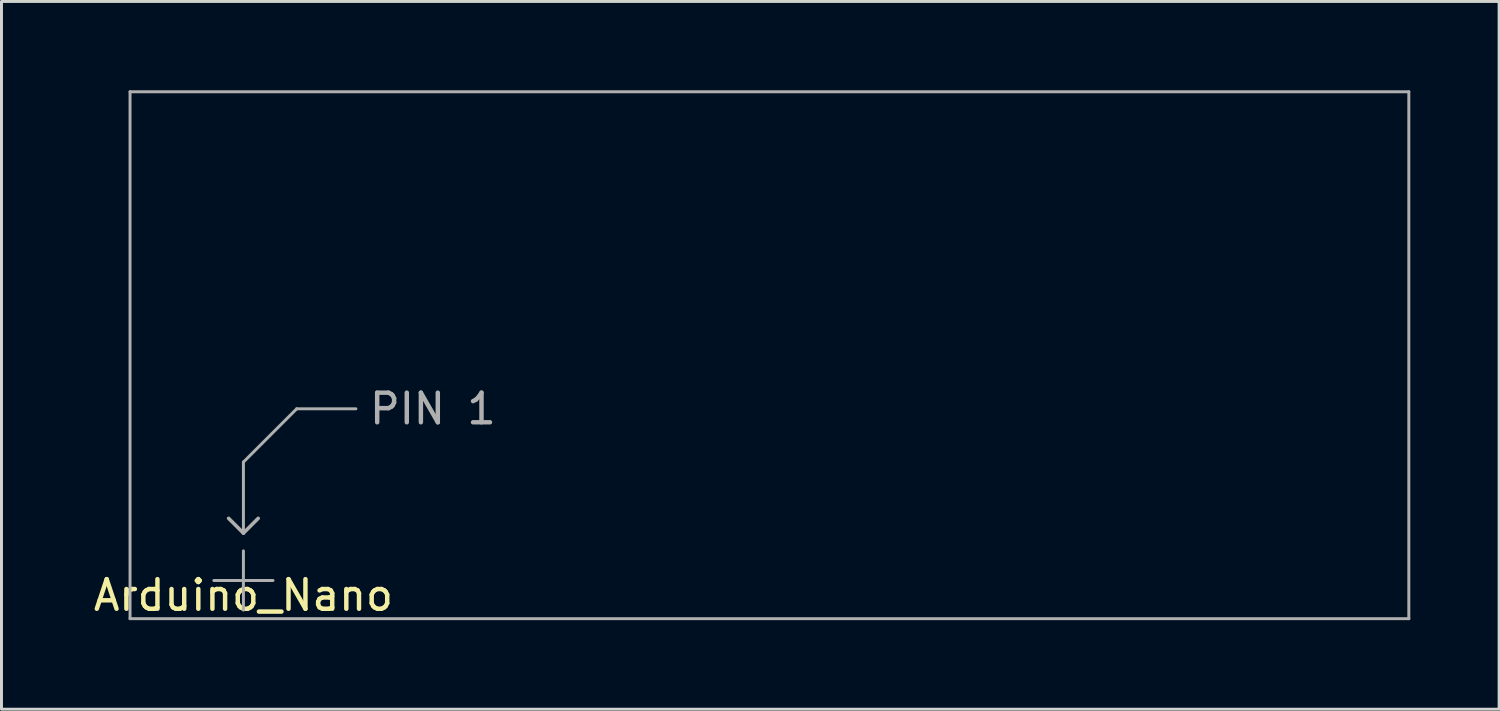
<source format=kicad_pcb>
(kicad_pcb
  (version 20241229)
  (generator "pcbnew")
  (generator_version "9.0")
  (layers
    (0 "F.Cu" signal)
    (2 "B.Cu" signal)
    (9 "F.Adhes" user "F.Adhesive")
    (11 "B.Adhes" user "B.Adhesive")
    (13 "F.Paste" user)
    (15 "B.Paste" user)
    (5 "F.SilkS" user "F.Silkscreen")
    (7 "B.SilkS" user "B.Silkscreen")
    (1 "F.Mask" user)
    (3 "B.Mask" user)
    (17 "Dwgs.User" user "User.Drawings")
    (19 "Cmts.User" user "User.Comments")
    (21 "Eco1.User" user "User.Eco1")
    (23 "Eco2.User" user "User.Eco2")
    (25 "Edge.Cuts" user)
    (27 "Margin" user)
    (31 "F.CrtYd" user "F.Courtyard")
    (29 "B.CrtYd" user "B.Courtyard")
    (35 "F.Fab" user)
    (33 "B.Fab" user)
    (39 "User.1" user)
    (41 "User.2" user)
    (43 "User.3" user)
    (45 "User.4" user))
  (footprint "Arduino_Nano"
    (layer "F.Cu")
    (at 5.173 16.56)
    (property "Reference" "Arduino_Nano" (at 0 0.5 0) (layer "F.SilkS") (effects (font (size 1 1) (thickness 0.15))))
    (attr through_hole)
    (fp_line (start -3.83 -16.51) (end -3.83 1.29) (stroke (width 0.1) (type solid)) (layer "F.Fab"))
    (fp_line (start -3.83 1.29) (end 39.37 1.29) (stroke (width 0.1) (type solid)) (layer "F.Fab"))
    (fp_line (start -1 0) (end 1 0) (stroke (width 0.1) (type solid)) (layer "F.Fab"))
    (fp_line (start 0 -4) (end 1.8 -5.8) (stroke (width 0.1) (type solid)) (layer "F.Fab"))
    (fp_line (start 0 -1.6) (end -0.5 -2.1) (stroke (width 0.12) (type solid)) (layer "F.Fab"))
    (fp_line (start 0 -1.6) (end 0 -4) (stroke (width 0.1) (type solid)) (layer "F.Fab"))
    (fp_line (start 0 -1.6) (end 0.5 -2.1) (stroke (width 0.12) (type solid)) (layer "F.Fab"))
    (fp_line (start 0 -1) (end 0 1) (stroke (width 0.1) (type solid)) (layer "F.Fab"))
    (fp_line (start 1.8 -5.8) (end 3.8 -5.8) (stroke (width 0.1) (type solid)) (layer "F.Fab"))
    (fp_line (start 39.37 -16.51) (end -3.83 -16.51) (stroke (width 0.1) (type solid)) (layer "F.Fab"))
    (fp_line (start 39.37 1.29) (end 39.37 -16.51) (stroke (width 0.1) (type solid)) (layer "F.Fab"))
    (fp_text user "PIN 1" (at 6.4 -5.8 0) (layer "F.Fab") (effects (font (size 1 1) (thickness 0.15)))))
  (gr_rect
    (start -3 -3)
    (end 47.593 20.908)
    (stroke (width 0.1) (type default))
    (fill no)
    (layer "Edge.Cuts")))
</source>
